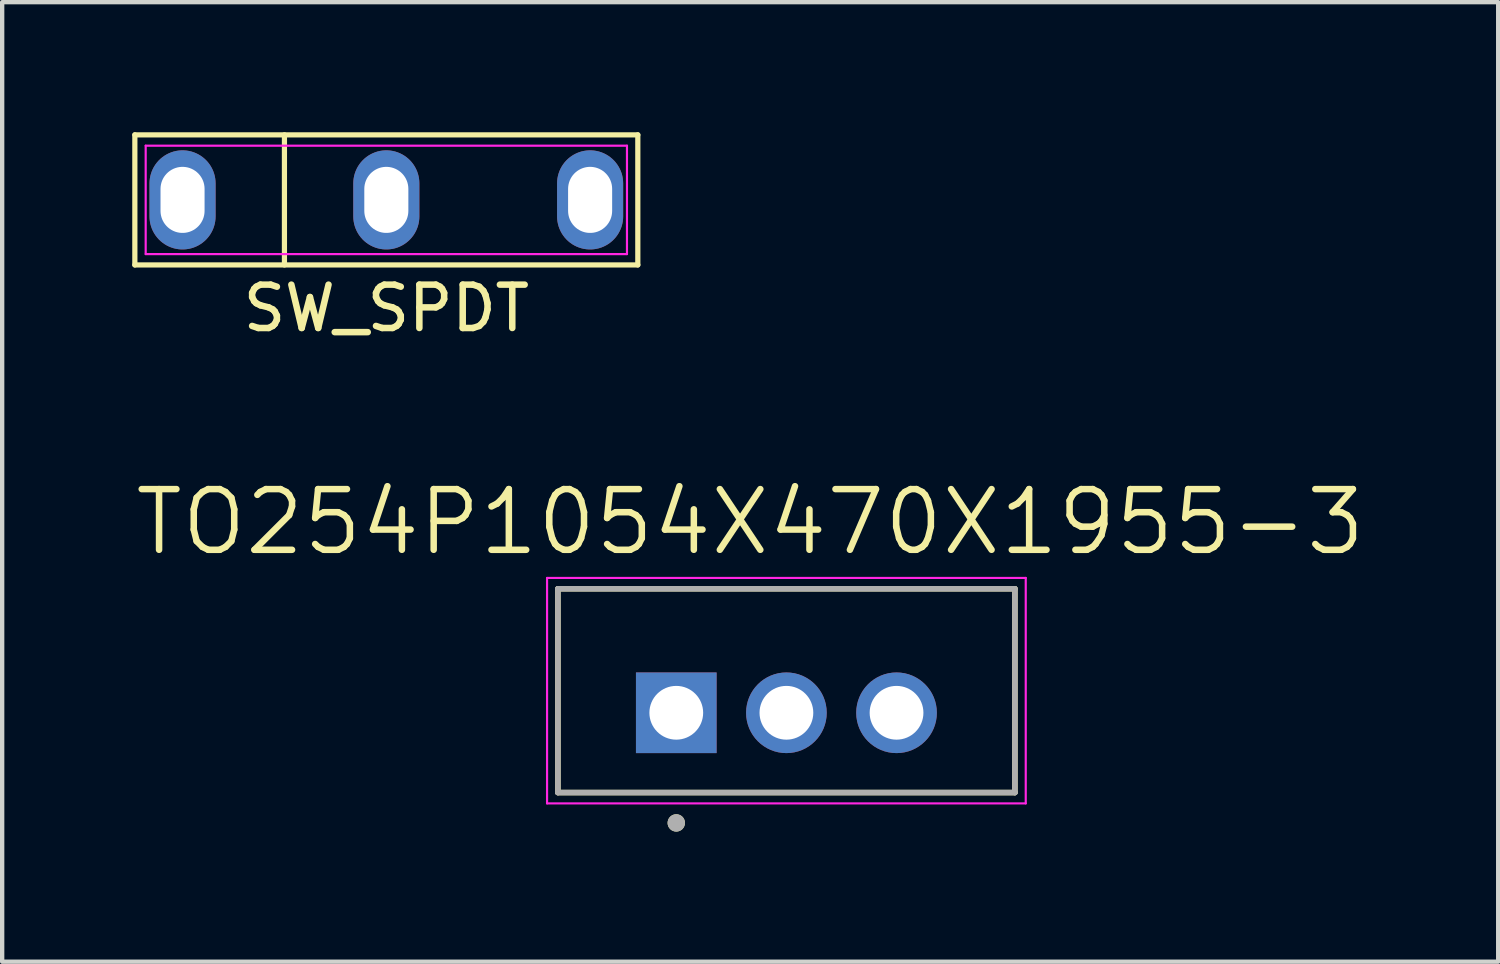
<source format=kicad_pcb>
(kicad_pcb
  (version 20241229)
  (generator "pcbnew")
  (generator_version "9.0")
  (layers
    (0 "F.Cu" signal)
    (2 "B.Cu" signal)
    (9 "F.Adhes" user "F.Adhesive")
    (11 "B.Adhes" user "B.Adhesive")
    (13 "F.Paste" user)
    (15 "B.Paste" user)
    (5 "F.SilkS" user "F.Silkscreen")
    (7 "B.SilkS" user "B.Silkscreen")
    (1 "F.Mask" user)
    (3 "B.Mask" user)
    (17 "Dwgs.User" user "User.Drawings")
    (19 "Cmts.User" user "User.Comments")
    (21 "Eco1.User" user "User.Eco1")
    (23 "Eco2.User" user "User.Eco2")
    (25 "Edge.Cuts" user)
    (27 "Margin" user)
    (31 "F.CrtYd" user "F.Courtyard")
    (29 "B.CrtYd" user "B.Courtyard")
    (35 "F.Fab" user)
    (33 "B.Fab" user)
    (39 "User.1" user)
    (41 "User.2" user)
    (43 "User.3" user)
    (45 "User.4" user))
  (footprint "SW_SPDT"
    (layer "F.Cu")
    (at 5.86 1.56)
    (property "Reference" "SW_SPDT" (at 0 2.5 0) (layer "F.SilkS") (effects (font (size 1 1) (thickness 0.15))))
    (attr through_hole)
    (fp_line (start -5.8 -1.5) (end 5.8 -1.5) (stroke (width 0.12) (type default)) (layer "F.SilkS"))
    (fp_line (start -5.8 1.5) (end -5.8 -1.5) (stroke (width 0.12) (type default)) (layer "F.SilkS"))
    (fp_line (start -2.35 -1.5) (end -2.35 1.5) (stroke (width 0.12) (type default)) (layer "F.SilkS"))
    (fp_line (start 5.8 -1.5) (end 5.8 1.5) (stroke (width 0.12) (type default)) (layer "F.SilkS"))
    (fp_line (start 5.8 1.5) (end -5.8 1.5) (stroke (width 0.12) (type default)) (layer "F.SilkS"))
    (fp_line (start -5.55 -1.25) (end 5.55 -1.25) (stroke (width 0.05) (type default)) (layer "F.CrtYd"))
    (fp_line (start -5.55 1.25) (end -5.55 -1.25) (stroke (width 0.05) (type default)) (layer "F.CrtYd"))
    (fp_line (start 5.55 -1.25) (end 5.55 1.25) (stroke (width 0.05) (type default)) (layer "F.CrtYd"))
    (fp_line (start 5.55 1.25) (end -5.55 1.25) (stroke (width 0.05) (type default)) (layer "F.CrtYd"))
    (pad "1" thru_hole oval (at -4.7 0) (size 1.524 2.286) (drill oval 1.016 1.524) (layers "*.Cu" "*.Mask"))
    (pad "2" thru_hole oval (at 0 0) (size 1.524 2.286) (drill oval 1.016 1.524) (layers "*.Cu" "*.Mask"))
    (pad "3" thru_hole oval (at 4.7 0) (size 1.524 2.286) (drill oval 1.016 1.524) (layers "*.Cu" "*.Mask")))
  (footprint "TO254P1054X470X1955-3"
    (layer "F.Cu")
    (at 15.087 13.389)
    (property "Reference" "TO254P1054X470X1955-3" (at -0.835 -4.399 0) (layer "F.SilkS") (effects (font (size 1.4 1.4) (thickness 0.15))))
    (attr through_hole)
    (fp_line (start -5.27 -2.86) (end -5.27 1.84) (stroke (width 0.127) (type solid)) (layer "F.SilkS"))
    (fp_line (start -5.27 1.84) (end 5.27 1.84) (stroke (width 0.127) (type solid)) (layer "F.SilkS"))
    (fp_line (start 5.27 -2.86) (end -5.27 -2.86) (stroke (width 0.127) (type solid)) (layer "F.SilkS"))
    (fp_line (start 5.27 1.84) (end 5.27 -2.86) (stroke (width 0.127) (type solid)) (layer "F.SilkS"))
    (fp_circle (center -2.54 2.54) (end -2.44 2.54) (stroke (width 0.2) (type solid)) (fill no) (layer "F.SilkS"))
    (fp_line (start -5.52 -3.11) (end -5.52 2.09) (stroke (width 0.05) (type solid)) (layer "F.CrtYd"))
    (fp_line (start -5.52 2.09) (end 5.52 2.09) (stroke (width 0.05) (type solid)) (layer "F.CrtYd"))
    (fp_line (start 5.52 -3.11) (end -5.52 -3.11) (stroke (width 0.05) (type solid)) (layer "F.CrtYd"))
    (fp_line (start 5.52 2.09) (end 5.52 -3.11) (stroke (width 0.05) (type solid)) (layer "F.CrtYd"))
    (fp_line (start -5.27 -2.86) (end -5.27 1.84) (stroke (width 0.127) (type solid)) (layer "F.Fab"))
    (fp_line (start -5.27 1.84) (end 5.27 1.84) (stroke (width 0.127) (type solid)) (layer "F.Fab"))
    (fp_line (start 5.27 -2.86) (end -5.27 -2.86) (stroke (width 0.127) (type solid)) (layer "F.Fab"))
    (fp_line (start 5.27 1.84) (end 5.27 -2.86) (stroke (width 0.127) (type solid)) (layer "F.Fab"))
    (fp_circle (center -2.54 2.54) (end -2.44 2.54) (stroke (width 0.2) (type solid)) (fill no) (layer "F.Fab"))
    (pad "1" thru_hole rect (at -2.54 0) (size 1.86 1.86) (drill 1.24) (layers "*.Cu" "*.Mask"))
    (pad "2" thru_hole circle (at 0 0) (size 1.86 1.86) (drill 1.24) (layers "*.Cu" "*.Mask"))
    (pad "3" thru_hole circle (at 2.54 0) (size 1.86 1.86) (drill 1.24) (layers "*.Cu" "*.Mask")))
  (gr_rect
    (start -3 -3)
    (end 31.503 19.13)
    (stroke (width 0.1) (type default))
    (fill no)
    (layer "Edge.Cuts")))
</source>
